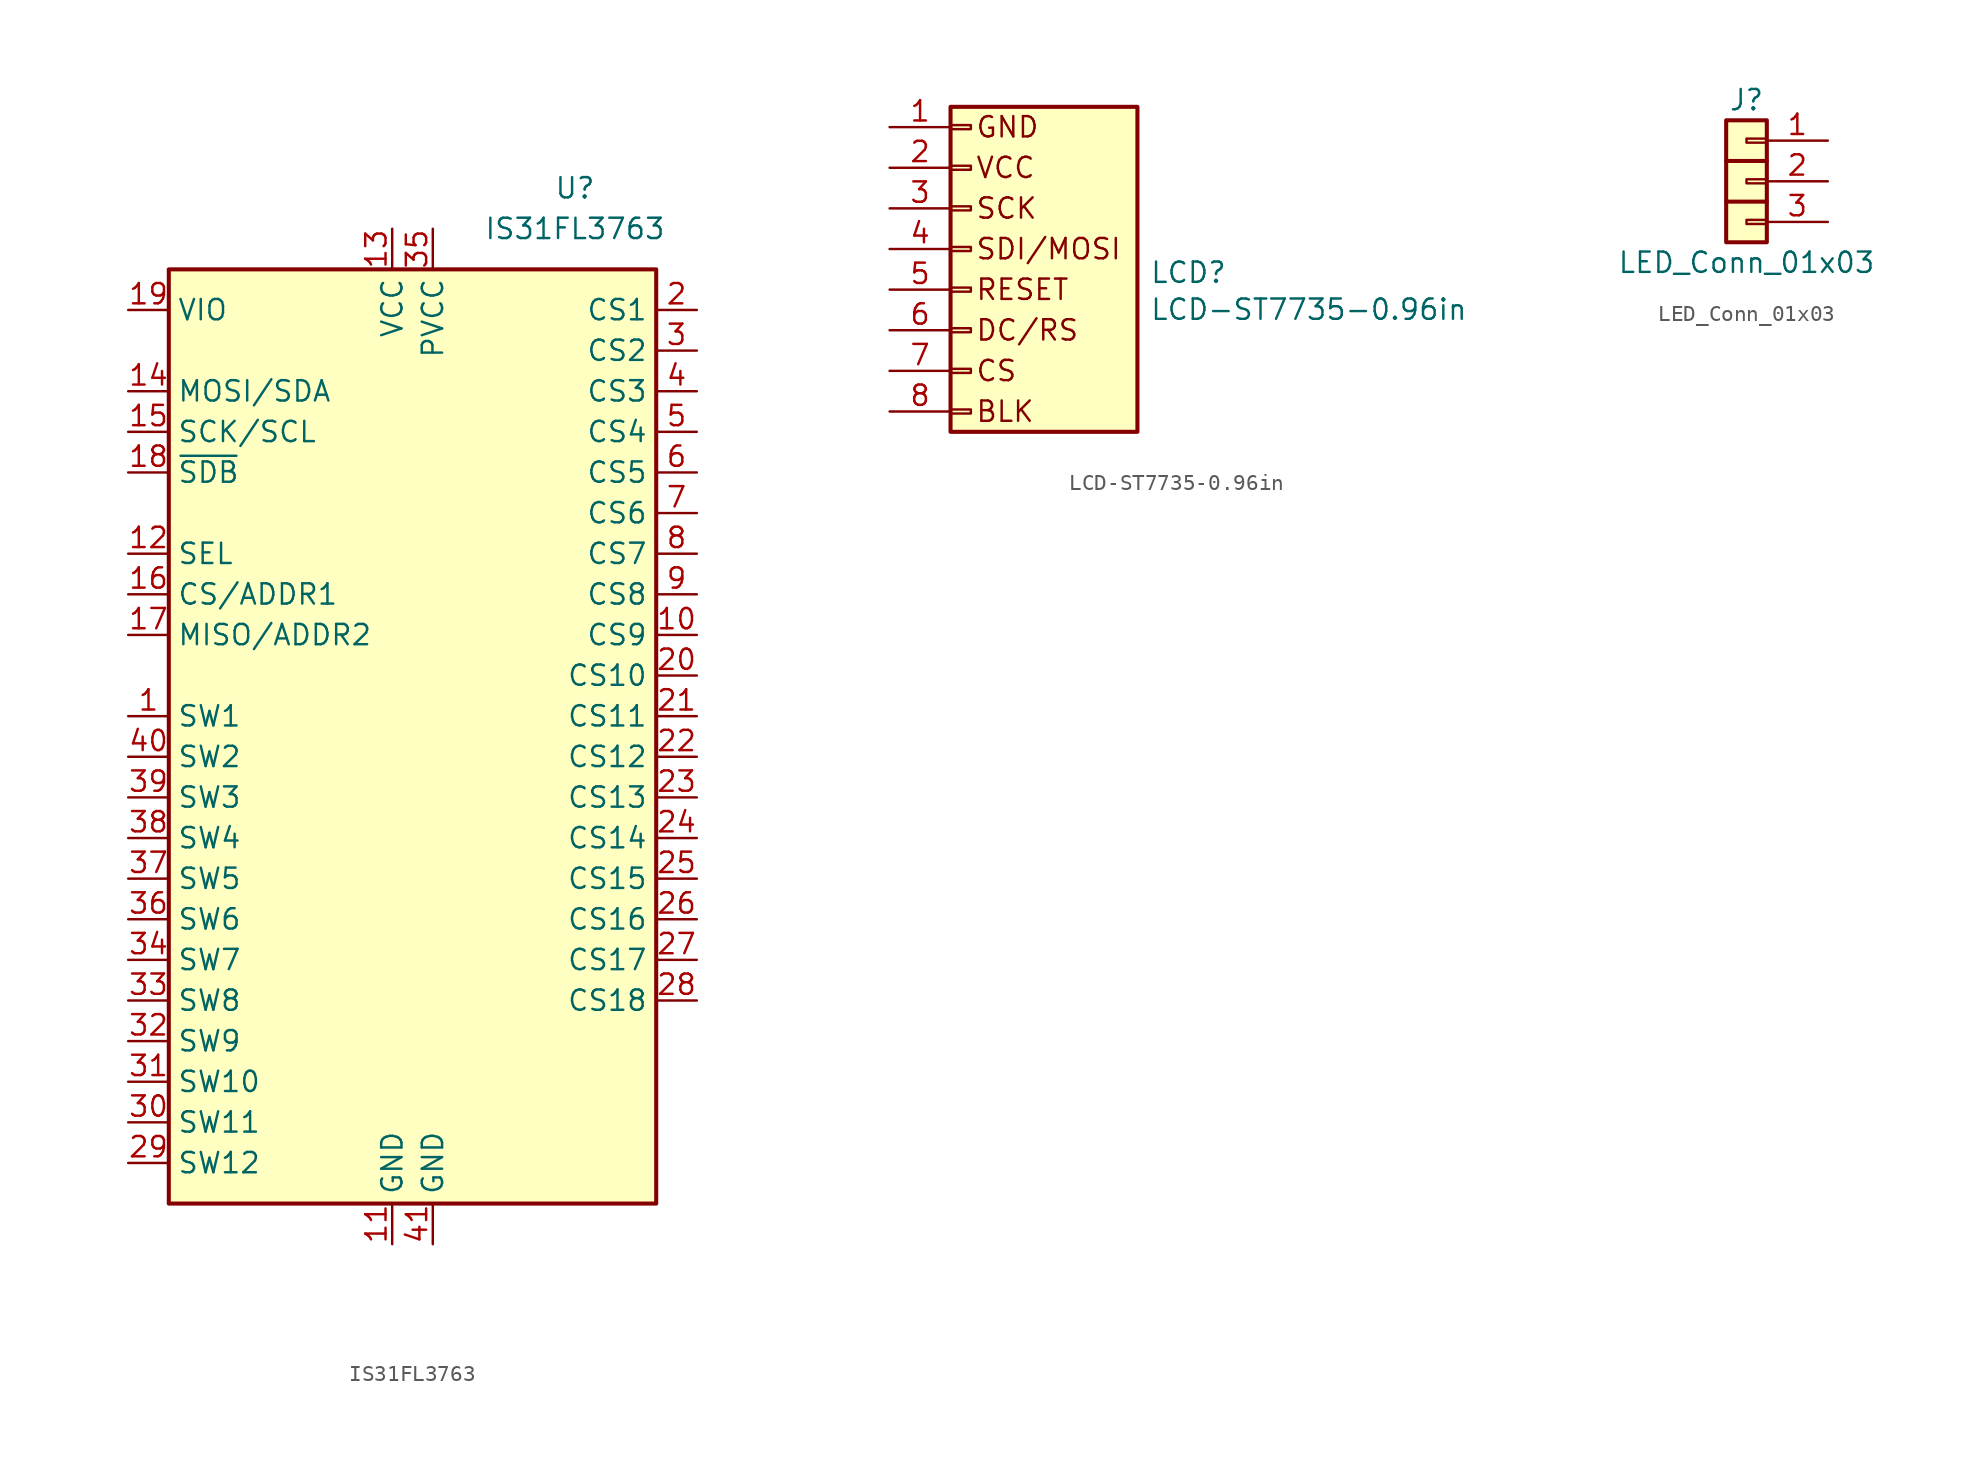
<source format=kicad_sym>
(kicad_symbol_lib
  (version 20231120)
  (generator "kicad_symbol_editor")
  (generator_version "8.0")
  (symbol "IS31FL3763"
    (property "Reference" "U"
      (at 10.16 34.29 0)
      (effects (font (size 1.27 1.27))))
    (property "Value" "IS31FL3763"
      (at 10.16 31.75 0)
      (effects (font (size 1.27 1.27))))
    (symbol "IS31FL3763_0_1"
      (rectangle (start -15.24 29.21) (end 15.24 -29.21) (stroke (width 0.254) (type default)) (fill (type background))))
    (symbol "IS31FL3763_1_1"
      (pin input line (at -17.78 1.27 0) (length 2.54) (name "SW1" (effects (font (size 1.27 1.27)))) (number "1" (effects (font (size 1.27 1.27)))))
      (pin output line (at 17.78 6.35 180) (length 2.54) (name "CS9" (effects (font (size 1.27 1.27)))) (number "10" (effects (font (size 1.27 1.27)))))
      (pin power_in line (at -1.27 -31.75 90) (length 2.54) (name "GND" (effects (font (size 1.27 1.27)))) (number "11" (effects (font (size 1.27 1.27)))))
      (pin input line (at -17.78 11.43 0) (length 2.54) (name "SEL" (effects (font (size 1.27 1.27)))) (number "12" (effects (font (size 1.27 1.27)))))
      (pin power_in line (at -1.27 31.75 270) (length 2.54) (name "VCC" (effects (font (size 1.27 1.27)))) (number "13" (effects (font (size 1.27 1.27)))))
      (pin bidirectional line (at -17.78 21.59 0) (length 2.54) (name "MOSI/SDA" (effects (font (size 1.27 1.27)))) (number "14" (effects (font (size 1.27 1.27)))))
      (pin input line (at -17.78 19.05 0) (length 2.54) (name "SCK/SCL" (effects (font (size 1.27 1.27)))) (number "15" (effects (font (size 1.27 1.27)))))
      (pin input line (at -17.78 8.89 0) (length 2.54) (name "CS/ADDR1" (effects (font (size 1.27 1.27)))) (number "16" (effects (font (size 1.27 1.27)))))
      (pin input line (at -17.78 6.35 0) (length 2.54) (name "MISO/ADDR2" (effects (font (size 1.27 1.27)))) (number "17" (effects (font (size 1.27 1.27)))))
      (pin input line (at -17.78 16.51 0) (length 2.54) (name "~{SDB}" (effects (font (size 1.27 1.27)))) (number "18" (effects (font (size 1.27 1.27)))))
      (pin input line (at -17.78 26.67 0) (length 2.54) (name "VIO" (effects (font (size 1.27 1.27)))) (number "19" (effects (font (size 1.27 1.27)))))
      (pin output line (at 17.78 26.67 180) (length 2.54) (name "CS1" (effects (font (size 1.27 1.27)))) (number "2" (effects (font (size 1.27 1.27)))))
      (pin output line (at 17.78 3.81 180) (length 2.54) (name "CS10" (effects (font (size 1.27 1.27)))) (number "20" (effects (font (size 1.27 1.27)))))
      (pin output line (at 17.78 1.27 180) (length 2.54) (name "CS11" (effects (font (size 1.27 1.27)))) (number "21" (effects (font (size 1.27 1.27)))))
      (pin output line (at 17.78 -1.27 180) (length 2.54) (name "CS12" (effects (font (size 1.27 1.27)))) (number "22" (effects (font (size 1.27 1.27)))))
      (pin output line (at 17.78 -3.81 180) (length 2.54) (name "CS13" (effects (font (size 1.27 1.27)))) (number "23" (effects (font (size 1.27 1.27)))))
      (pin output line (at 17.78 -6.35 180) (length 2.54) (name "CS14" (effects (font (size 1.27 1.27)))) (number "24" (effects (font (size 1.27 1.27)))))
      (pin output line (at 17.78 -8.89 180) (length 2.54) (name "CS15" (effects (font (size 1.27 1.27)))) (number "25" (effects (font (size 1.27 1.27)))))
      (pin output line (at 17.78 -11.43 180) (length 2.54) (name "CS16" (effects (font (size 1.27 1.27)))) (number "26" (effects (font (size 1.27 1.27)))))
      (pin output line (at 17.78 -13.97 180) (length 2.54) (name "CS17" (effects (font (size 1.27 1.27)))) (number "27" (effects (font (size 1.27 1.27)))))
      (pin output line (at 17.78 -16.51 180) (length 2.54) (name "CS18" (effects (font (size 1.27 1.27)))) (number "28" (effects (font (size 1.27 1.27)))))
      (pin input line (at -17.78 -26.67 0) (length 2.54) (name "SW12" (effects (font (size 1.27 1.27)))) (number "29" (effects (font (size 1.27 1.27)))))
      (pin output line (at 17.78 24.13 180) (length 2.54) (name "CS2" (effects (font (size 1.27 1.27)))) (number "3" (effects (font (size 1.27 1.27)))))
      (pin input line (at -17.78 -24.13 0) (length 2.54) (name "SW11" (effects (font (size 1.27 1.27)))) (number "30" (effects (font (size 1.27 1.27)))))
      (pin input line (at -17.78 -21.59 0) (length 2.54) (name "SW10" (effects (font (size 1.27 1.27)))) (number "31" (effects (font (size 1.27 1.27)))))
      (pin input line (at -17.78 -19.05 0) (length 2.54) (name "SW9" (effects (font (size 1.27 1.27)))) (number "32" (effects (font (size 1.27 1.27)))))
      (pin input line (at -17.78 -16.51 0) (length 2.54) (name "SW8" (effects (font (size 1.27 1.27)))) (number "33" (effects (font (size 1.27 1.27)))))
      (pin input line (at -17.78 -13.97 0) (length 2.54) (name "SW7" (effects (font (size 1.27 1.27)))) (number "34" (effects (font (size 1.27 1.27)))))
      (pin power_in line (at 1.27 31.75 270) (length 2.54) (name "PVCC" (effects (font (size 1.27 1.27)))) (number "35" (effects (font (size 1.27 1.27)))))
      (pin input line (at -17.78 -11.43 0) (length 2.54) (name "SW6" (effects (font (size 1.27 1.27)))) (number "36" (effects (font (size 1.27 1.27)))))
      (pin input line (at -17.78 -8.89 0) (length 2.54) (name "SW5" (effects (font (size 1.27 1.27)))) (number "37" (effects (font (size 1.27 1.27)))))
      (pin input line (at -17.78 -6.35 0) (length 2.54) (name "SW4" (effects (font (size 1.27 1.27)))) (number "38" (effects (font (size 1.27 1.27)))))
      (pin input line (at -17.78 -3.81 0) (length 2.54) (name "SW3" (effects (font (size 1.27 1.27)))) (number "39" (effects (font (size 1.27 1.27)))))
      (pin output line (at 17.78 21.59 180) (length 2.54) (name "CS3" (effects (font (size 1.27 1.27)))) (number "4" (effects (font (size 1.27 1.27)))))
      (pin input line (at -17.78 -1.27 0) (length 2.54) (name "SW2" (effects (font (size 1.27 1.27)))) (number "40" (effects (font (size 1.27 1.27)))))
      (pin power_in line (at 1.27 -31.75 90) (length 2.54) (name "GND" (effects (font (size 1.27 1.27)))) (number "41" (effects (font (size 1.27 1.27)))))
      (pin output line (at 17.78 19.05 180) (length 2.54) (name "CS4" (effects (font (size 1.27 1.27)))) (number "5" (effects (font (size 1.27 1.27)))))
      (pin output line (at 17.78 16.51 180) (length 2.54) (name "CS5" (effects (font (size 1.27 1.27)))) (number "6" (effects (font (size 1.27 1.27)))))
      (pin output line (at 17.78 13.97 180) (length 2.54) (name "CS6" (effects (font (size 1.27 1.27)))) (number "7" (effects (font (size 1.27 1.27)))))
      (pin output line (at 17.78 11.43 180) (length 2.54) (name "CS7" (effects (font (size 1.27 1.27)))) (number "8" (effects (font (size 1.27 1.27)))))
      (pin output line (at 17.78 8.89 180) (length 2.54) (name "CS8" (effects (font (size 1.27 1.27)))) (number "9" (effects (font (size 1.27 1.27)))))))
  (symbol "LCD-ST7735-0.96in"
    (pin_names
      (offset 1.016) hide)
    (property "Reference" "LCD"
      (at 11.176 1.067 0)
      (effects (font (size 1.27 1.27)) (justify left)))
    (property "Value" "LCD-ST7735-0.96in"
      (at 11.176 -1.245 0)
      (effects (font (size 1.27 1.27)) (justify left)))
    (symbol "LCD-ST7735-0.96in_0_0"
      (text "GND" (at 0.254 10.16 0) (effects (font (size 1.27 1.27)) (justify left))))
    (symbol "LCD-ST7735-0.96in_1_1"
      (rectangle (start -1.27 -7.493) (end 0 -7.747) (stroke (width 0.152) (type solid)) (fill (type none)))
      (rectangle (start -1.27 -4.953) (end 0 -5.207) (stroke (width 0.152) (type solid)) (fill (type none)))
      (rectangle (start -1.27 -2.413) (end 0 -2.667) (stroke (width 0.152) (type solid)) (fill (type none)))
      (rectangle (start -1.27 0.127) (end 0 -0.127) (stroke (width 0.152) (type solid)) (fill (type none)))
      (rectangle (start -1.27 2.667) (end 0 2.413) (stroke (width 0.152) (type solid)) (fill (type none)))
      (rectangle (start -1.27 5.207) (end 0 4.953) (stroke (width 0.152) (type solid)) (fill (type none)))
      (rectangle (start -1.27 7.747) (end 0 7.493) (stroke (width 0.152) (type solid)) (fill (type none)))
      (rectangle (start -1.27 10.287) (end 0 10.033) (stroke (width 0.152) (type solid)) (fill (type none)))
      (rectangle (start -1.27 11.43) (end 10.414 -8.89) (stroke (width 0.254) (type solid)) (fill (type background)))
      (text "BLK" (at 0.254 -7.62 0) (effects (font (size 1.27 1.27)) (justify left)))
      (text "CS" (at 0.254 -5.08 0) (effects (font (size 1.27 1.27)) (justify left)))
      (text "DC/RS" (at 0.254 -2.54 0) (effects (font (size 1.27 1.27)) (justify left)))
      (text "RESET" (at 0.254 0 0) (effects (font (size 1.27 1.27)) (justify left)))
      (text "SCK" (at 0.254 5.08 0) (effects (font (size 1.27 1.27)) (justify left)))
      (text "SDI/MOSI" (at 0.254 2.54 0) (effects (font (size 1.27 1.27)) (justify left)))
      (text "VCC" (at 0.254 7.62 0) (effects (font (size 1.27 1.27)) (justify left)))
      (pin passive line (at -5.08 10.16 0) (length 3.81) (name "Pin_1" (effects (font (size 1.27 1.27)))) (number "1" (effects (font (size 1.27 1.27)))))
      (pin passive line (at -5.08 7.62 0) (length 3.81) (name "Pin_2" (effects (font (size 1.27 1.27)))) (number "2" (effects (font (size 1.27 1.27)))))
      (pin passive line (at -5.08 5.08 0) (length 3.81) (name "Pin_3" (effects (font (size 1.27 1.27)))) (number "3" (effects (font (size 1.27 1.27)))))
      (pin passive line (at -5.08 2.54 0) (length 3.81) (name "Pin_4" (effects (font (size 1.27 1.27)))) (number "4" (effects (font (size 1.27 1.27)))))
      (pin passive line (at -5.08 0 0) (length 3.81) (name "Pin_5" (effects (font (size 1.27 1.27)))) (number "5" (effects (font (size 1.27 1.27)))))
      (pin passive line (at -5.08 -2.54 0) (length 3.81) (name "Pin_6" (effects (font (size 1.27 1.27)))) (number "6" (effects (font (size 1.27 1.27)))))
      (pin passive line (at -5.08 -5.08 0) (length 3.81) (name "Pin_7" (effects (font (size 1.27 1.27)))) (number "7" (effects (font (size 1.27 1.27)))))
      (pin passive line (at -5.08 -7.62 0) (length 3.81) (name "Pin_8" (effects (font (size 1.27 1.27)))) (number "8" (effects (font (size 1.27 1.27)))))))
  (symbol "LED_Conn_01x03"
    (pin_names
      (offset 1.016) hide)
    (property "Reference" "J"
      (at 0 5.08 0)
      (effects (font (size 1.27 1.27))))
    (property "Value" "LED_Conn_01x03"
      (at 0 -5.08 0)
      (effects (font (size 1.27 1.27))))
    (symbol "LED_Conn_01x03_1_1"
      (rectangle (start -1.27 3.81) (end 1.27 -3.81) (stroke (width 0.254) (type solid)) (fill (type background)))
      (rectangle (start 0 -2.413) (end 1.27 -2.667) (stroke (width 0.152) (type solid)) (fill (type none)))
      (polyline (pts (xy -1.27 -1.27) (xy 1.27 -1.27)) (stroke (width 0.254) (type solid)) (fill (type none)))
      (polyline (pts (xy -1.27 1.27) (xy 1.27 1.27)) (stroke (width 0.254) (type solid)) (fill (type none)))
      (rectangle (start 0 0.127) (end 1.27 -0.127) (stroke (width 0.152) (type solid)) (fill (type none)))
      (rectangle (start 0 2.667) (end 1.27 2.413) (stroke (width 0.152) (type solid)) (fill (type none)))
      (pin passive line (at 5.08 2.54 180) (length 3.81) (name "Pin_1" (effects (font (size 1.27 1.27)))) (number "1" (effects (font (size 1.27 1.27)))))
      (pin passive line (at 5.08 0 180) (length 3.81) (name "Pin_2" (effects (font (size 1.27 1.27)))) (number "2" (effects (font (size 1.27 1.27)))))
      (pin passive line (at 5.08 -2.54 180) (length 3.81) (name "Pin_3" (effects (font (size 1.27 1.27)))) (number "3" (effects (font (size 1.27 1.27))))))))
</source>
